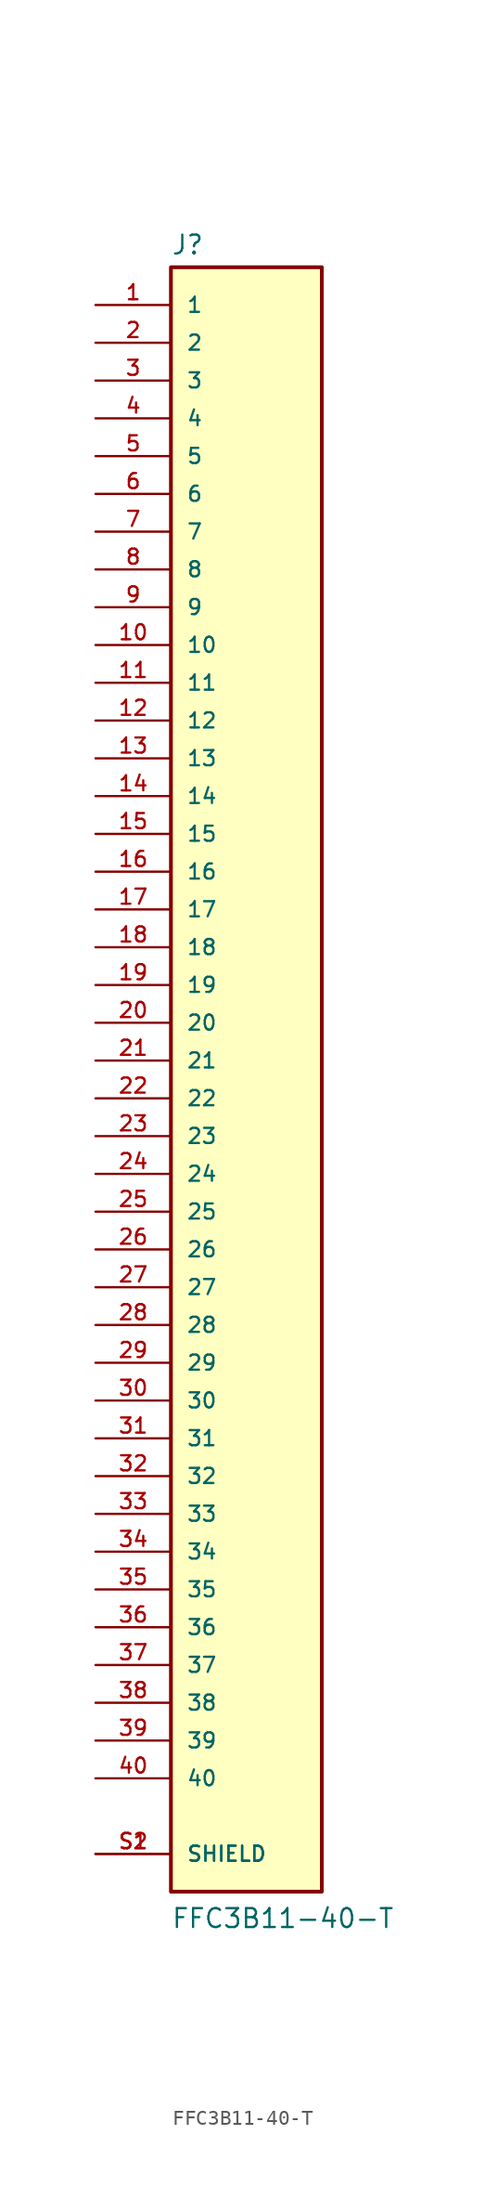
<source format=kicad_sym>
(kicad_symbol_lib
  (version 20211014)
  (generator kicad_symbol_editor)
  (symbol "FFC3B11-40-T"
    (pin_names
      (offset 1.016))
    (property "Reference" "J"
      (at -5.08 54.102 0)
      (effects (font (size 1.27 1.27)) (justify bottom left)))
    (property "Value" "FFC3B11-40-T"
      (at -5.08 -58.42 0)
      (effects (font (size 1.27 1.27)) (justify bottom left)))
    (symbol "FFC3B11-40-T_0_0"
      (rectangle (start -5.08 -55.88) (end 5.08 53.34) (stroke (width 0.254)) (fill (type background)))
      (pin passive line (at -10.16 50.8 0) (length 5.08) (name "1" (effects (font (size 1.016 1.016)))) (number "1" (effects (font (size 1.016 1.016)))))
      (pin passive line (at -10.16 48.26 0) (length 5.08) (name "2" (effects (font (size 1.016 1.016)))) (number "2" (effects (font (size 1.016 1.016)))))
      (pin passive line (at -10.16 45.72 0) (length 5.08) (name "3" (effects (font (size 1.016 1.016)))) (number "3" (effects (font (size 1.016 1.016)))))
      (pin passive line (at -10.16 43.18 0) (length 5.08) (name "4" (effects (font (size 1.016 1.016)))) (number "4" (effects (font (size 1.016 1.016)))))
      (pin passive line (at -10.16 -53.34 0) (length 5.08) (name "SHIELD" (effects (font (size 1.016 1.016)))) (number "S1" (effects (font (size 1.016 1.016)))))
      (pin passive line (at -10.16 -53.34 0) (length 5.08) (name "SHIELD" (effects (font (size 1.016 1.016)))) (number "S2" (effects (font (size 1.016 1.016)))))
      (pin passive line (at -10.16 40.64 0) (length 5.08) (name "5" (effects (font (size 1.016 1.016)))) (number "5" (effects (font (size 1.016 1.016)))))
      (pin passive line (at -10.16 38.1 0) (length 5.08) (name "6" (effects (font (size 1.016 1.016)))) (number "6" (effects (font (size 1.016 1.016)))))
      (pin passive line (at -10.16 35.56 0) (length 5.08) (name "7" (effects (font (size 1.016 1.016)))) (number "7" (effects (font (size 1.016 1.016)))))
      (pin passive line (at -10.16 33.02 0) (length 5.08) (name "8" (effects (font (size 1.016 1.016)))) (number "8" (effects (font (size 1.016 1.016)))))
      (pin passive line (at -10.16 30.48 0) (length 5.08) (name "9" (effects (font (size 1.016 1.016)))) (number "9" (effects (font (size 1.016 1.016)))))
      (pin passive line (at -10.16 27.94 0) (length 5.08) (name "10" (effects (font (size 1.016 1.016)))) (number "10" (effects (font (size 1.016 1.016)))))
      (pin passive line (at -10.16 25.4 0) (length 5.08) (name "11" (effects (font (size 1.016 1.016)))) (number "11" (effects (font (size 1.016 1.016)))))
      (pin passive line (at -10.16 22.86 0) (length 5.08) (name "12" (effects (font (size 1.016 1.016)))) (number "12" (effects (font (size 1.016 1.016)))))
      (pin passive line (at -10.16 20.32 0) (length 5.08) (name "13" (effects (font (size 1.016 1.016)))) (number "13" (effects (font (size 1.016 1.016)))))
      (pin passive line (at -10.16 17.78 0) (length 5.08) (name "14" (effects (font (size 1.016 1.016)))) (number "14" (effects (font (size 1.016 1.016)))))
      (pin passive line (at -10.16 15.24 0) (length 5.08) (name "15" (effects (font (size 1.016 1.016)))) (number "15" (effects (font (size 1.016 1.016)))))
      (pin passive line (at -10.16 12.7 0) (length 5.08) (name "16" (effects (font (size 1.016 1.016)))) (number "16" (effects (font (size 1.016 1.016)))))
      (pin passive line (at -10.16 10.16 0) (length 5.08) (name "17" (effects (font (size 1.016 1.016)))) (number "17" (effects (font (size 1.016 1.016)))))
      (pin passive line (at -10.16 7.62 0) (length 5.08) (name "18" (effects (font (size 1.016 1.016)))) (number "18" (effects (font (size 1.016 1.016)))))
      (pin passive line (at -10.16 5.08 0) (length 5.08) (name "19" (effects (font (size 1.016 1.016)))) (number "19" (effects (font (size 1.016 1.016)))))
      (pin passive line (at -10.16 2.54 0) (length 5.08) (name "20" (effects (font (size 1.016 1.016)))) (number "20" (effects (font (size 1.016 1.016)))))
      (pin passive line (at -10.16 0.0 0) (length 5.08) (name "21" (effects (font (size 1.016 1.016)))) (number "21" (effects (font (size 1.016 1.016)))))
      (pin passive line (at -10.16 -2.54 0) (length 5.08) (name "22" (effects (font (size 1.016 1.016)))) (number "22" (effects (font (size 1.016 1.016)))))
      (pin passive line (at -10.16 -5.08 0) (length 5.08) (name "23" (effects (font (size 1.016 1.016)))) (number "23" (effects (font (size 1.016 1.016)))))
      (pin passive line (at -10.16 -7.62 0) (length 5.08) (name "24" (effects (font (size 1.016 1.016)))) (number "24" (effects (font (size 1.016 1.016)))))
      (pin passive line (at -10.16 -10.16 0) (length 5.08) (name "25" (effects (font (size 1.016 1.016)))) (number "25" (effects (font (size 1.016 1.016)))))
      (pin passive line (at -10.16 -12.7 0) (length 5.08) (name "26" (effects (font (size 1.016 1.016)))) (number "26" (effects (font (size 1.016 1.016)))))
      (pin passive line (at -10.16 -15.24 0) (length 5.08) (name "27" (effects (font (size 1.016 1.016)))) (number "27" (effects (font (size 1.016 1.016)))))
      (pin passive line (at -10.16 -17.78 0) (length 5.08) (name "28" (effects (font (size 1.016 1.016)))) (number "28" (effects (font (size 1.016 1.016)))))
      (pin passive line (at -10.16 -20.32 0) (length 5.08) (name "29" (effects (font (size 1.016 1.016)))) (number "29" (effects (font (size 1.016 1.016)))))
      (pin passive line (at -10.16 -22.86 0) (length 5.08) (name "30" (effects (font (size 1.016 1.016)))) (number "30" (effects (font (size 1.016 1.016)))))
      (pin passive line (at -10.16 -25.4 0) (length 5.08) (name "31" (effects (font (size 1.016 1.016)))) (number "31" (effects (font (size 1.016 1.016)))))
      (pin passive line (at -10.16 -27.94 0) (length 5.08) (name "32" (effects (font (size 1.016 1.016)))) (number "32" (effects (font (size 1.016 1.016)))))
      (pin passive line (at -10.16 -30.48 0) (length 5.08) (name "33" (effects (font (size 1.016 1.016)))) (number "33" (effects (font (size 1.016 1.016)))))
      (pin passive line (at -10.16 -33.02 0) (length 5.08) (name "34" (effects (font (size 1.016 1.016)))) (number "34" (effects (font (size 1.016 1.016)))))
      (pin passive line (at -10.16 -35.56 0) (length 5.08) (name "35" (effects (font (size 1.016 1.016)))) (number "35" (effects (font (size 1.016 1.016)))))
      (pin passive line (at -10.16 -38.1 0) (length 5.08) (name "36" (effects (font (size 1.016 1.016)))) (number "36" (effects (font (size 1.016 1.016)))))
      (pin passive line (at -10.16 -40.64 0) (length 5.08) (name "37" (effects (font (size 1.016 1.016)))) (number "37" (effects (font (size 1.016 1.016)))))
      (pin passive line (at -10.16 -43.18 0) (length 5.08) (name "38" (effects (font (size 1.016 1.016)))) (number "38" (effects (font (size 1.016 1.016)))))
      (pin passive line (at -10.16 -45.72 0) (length 5.08) (name "39" (effects (font (size 1.016 1.016)))) (number "39" (effects (font (size 1.016 1.016)))))
      (pin passive line (at -10.16 -48.26 0) (length 5.08) (name "40" (effects (font (size 1.016 1.016)))) (number "40" (effects (font (size 1.016 1.016))))))))
</source>
